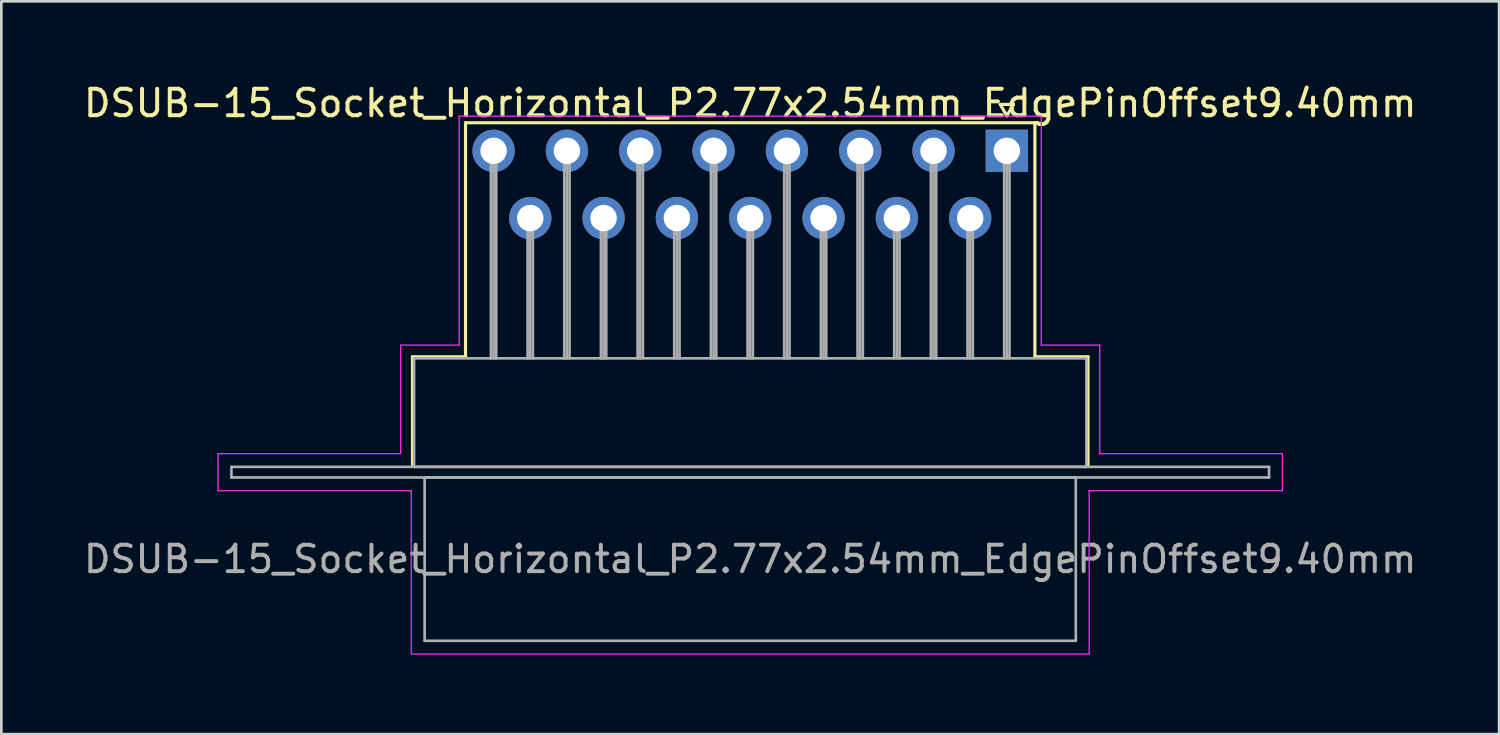
<source format=kicad_pcb>
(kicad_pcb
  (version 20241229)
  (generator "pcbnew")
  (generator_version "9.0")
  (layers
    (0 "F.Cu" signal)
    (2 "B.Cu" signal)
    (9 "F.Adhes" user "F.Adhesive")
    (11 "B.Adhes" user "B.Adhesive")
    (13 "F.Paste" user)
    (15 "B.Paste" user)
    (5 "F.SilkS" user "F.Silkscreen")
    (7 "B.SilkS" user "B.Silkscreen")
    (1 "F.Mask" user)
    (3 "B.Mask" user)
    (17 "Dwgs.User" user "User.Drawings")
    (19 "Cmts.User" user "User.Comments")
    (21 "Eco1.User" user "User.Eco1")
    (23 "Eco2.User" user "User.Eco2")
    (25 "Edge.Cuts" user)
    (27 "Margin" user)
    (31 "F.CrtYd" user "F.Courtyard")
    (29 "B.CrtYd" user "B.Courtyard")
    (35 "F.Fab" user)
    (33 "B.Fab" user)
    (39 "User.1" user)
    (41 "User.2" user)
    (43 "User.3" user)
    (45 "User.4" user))
  (footprint "DSUB-15_Socket_Horizontal_P2.77x2.54mm_EdgePinOffset9.40mm"
    (layer "F.Cu")
    (at 34.987 2.648)
    (property "Reference" "DSUB-15_Socket_Horizontal_P2.77x2.54mm_EdgePinOffset9.40mm" (at -9.695 -1.8 0) (layer "F.SilkS") (effects (font (size 1 1) (thickness 0.15))))
    (attr through_hole)
    (fp_line (start -22.455 7.78) (end -20.45 7.78) (stroke (width 0.12) (type solid)) (layer "F.SilkS"))
    (fp_line (start -22.455 11.88) (end -22.455 7.78) (stroke (width 0.12) (type solid)) (layer "F.SilkS"))
    (fp_line (start -20.45 -1.06) (end 1.06 -1.06) (stroke (width 0.12) (type solid)) (layer "F.SilkS"))
    (fp_line (start -20.45 7.78) (end -20.45 -1.06) (stroke (width 0.12) (type solid)) (layer "F.SilkS"))
    (fp_line (start -0.25 -1.754) (end 0.25 -1.754) (stroke (width 0.12) (type solid)) (layer "F.SilkS"))
    (fp_line (start 0 -1.321) (end -0.25 -1.754) (stroke (width 0.12) (type solid)) (layer "F.SilkS"))
    (fp_line (start 0.25 -1.754) (end 0 -1.321) (stroke (width 0.12) (type solid)) (layer "F.SilkS"))
    (fp_line (start 1.06 -1.06) (end 1.06 7.78) (stroke (width 0.12) (type solid)) (layer "F.SilkS"))
    (fp_line (start 1.06 7.78) (end 3.065 7.78) (stroke (width 0.12) (type solid)) (layer "F.SilkS"))
    (fp_line (start 3.065 7.78) (end 3.065 11.88) (stroke (width 0.12) (type solid)) (layer "F.SilkS"))
    (fp_line (start -29.8 11.44) (end -22.9 11.44) (stroke (width 0.05) (type solid)) (layer "F.CrtYd"))
    (fp_line (start -29.8 12.84) (end -29.8 11.44) (stroke (width 0.05) (type solid)) (layer "F.CrtYd"))
    (fp_line (start -22.9 7.34) (end -20.69 7.34) (stroke (width 0.05) (type solid)) (layer "F.CrtYd"))
    (fp_line (start -22.9 11.44) (end -22.9 7.34) (stroke (width 0.05) (type solid)) (layer "F.CrtYd"))
    (fp_line (start -22.5 12.84) (end -29.8 12.84) (stroke (width 0.05) (type solid)) (layer "F.CrtYd"))
    (fp_line (start -22.5 19.01) (end -22.5 12.84) (stroke (width 0.05) (type solid)) (layer "F.CrtYd"))
    (fp_line (start -20.69 -1.31) (end 1.3 -1.31) (stroke (width 0.05) (type solid)) (layer "F.CrtYd"))
    (fp_line (start -20.69 7.34) (end -20.69 -1.31) (stroke (width 0.05) (type solid)) (layer "F.CrtYd"))
    (fp_line (start 1.3 -1.31) (end 1.3 7.34) (stroke (width 0.05) (type solid)) (layer "F.CrtYd"))
    (fp_line (start 1.3 7.34) (end 3.51 7.34) (stroke (width 0.05) (type solid)) (layer "F.CrtYd"))
    (fp_line (start 3.11 12.84) (end 3.11 19.01) (stroke (width 0.05) (type solid)) (layer "F.CrtYd"))
    (fp_line (start 3.11 19.01) (end -22.5 19.01) (stroke (width 0.05) (type solid)) (layer "F.CrtYd"))
    (fp_line (start 3.51 7.34) (end 3.51 11.44) (stroke (width 0.05) (type solid)) (layer "F.CrtYd"))
    (fp_line (start 3.51 11.44) (end 10.41 11.44) (stroke (width 0.05) (type solid)) (layer "F.CrtYd"))
    (fp_line (start 10.41 11.44) (end 10.41 12.84) (stroke (width 0.05) (type solid)) (layer "F.CrtYd"))
    (fp_line (start 10.41 12.84) (end 3.11 12.84) (stroke (width 0.05) (type solid)) (layer "F.CrtYd"))
    (fp_line (start -29.295 11.94) (end -29.295 12.34) (stroke (width 0.1) (type solid)) (layer "F.Fab"))
    (fp_line (start -29.295 12.34) (end 9.905 12.34) (stroke (width 0.1) (type solid)) (layer "F.Fab"))
    (fp_line (start -22.395 7.84) (end -22.395 11.94) (stroke (width 0.1) (type solid)) (layer "F.Fab"))
    (fp_line (start -22.395 11.94) (end 3.005 11.94) (stroke (width 0.1) (type solid)) (layer "F.Fab"))
    (fp_line (start -21.995 12.34) (end -21.995 18.51) (stroke (width 0.1) (type solid)) (layer "F.Fab"))
    (fp_line (start -21.995 18.51) (end 2.605 18.51) (stroke (width 0.1) (type solid)) (layer "F.Fab"))
    (fp_line (start -19.49 0) (end -19.49 7.84) (stroke (width 0.1) (type solid)) (layer "F.Fab"))
    (fp_line (start -19.39 0) (end -19.39 7.84) (stroke (width 0.1) (type solid)) (layer "F.Fab"))
    (fp_line (start -19.29 0) (end -19.29 7.84) (stroke (width 0.1) (type solid)) (layer "F.Fab"))
    (fp_line (start -18.105 2.54) (end -18.105 7.84) (stroke (width 0.1) (type solid)) (layer "F.Fab"))
    (fp_line (start -18.005 2.54) (end -18.005 7.84) (stroke (width 0.1) (type solid)) (layer "F.Fab"))
    (fp_line (start -17.905 2.54) (end -17.905 7.84) (stroke (width 0.1) (type solid)) (layer "F.Fab"))
    (fp_line (start -16.72 0) (end -16.72 7.84) (stroke (width 0.1) (type solid)) (layer "F.Fab"))
    (fp_line (start -16.62 0) (end -16.62 7.84) (stroke (width 0.1) (type solid)) (layer "F.Fab"))
    (fp_line (start -16.52 0) (end -16.52 7.84) (stroke (width 0.1) (type solid)) (layer "F.Fab"))
    (fp_line (start -15.335 2.54) (end -15.335 7.84) (stroke (width 0.1) (type solid)) (layer "F.Fab"))
    (fp_line (start -15.235 2.54) (end -15.235 7.84) (stroke (width 0.1) (type solid)) (layer "F.Fab"))
    (fp_line (start -15.135 2.54) (end -15.135 7.84) (stroke (width 0.1) (type solid)) (layer "F.Fab"))
    (fp_line (start -13.95 0) (end -13.95 7.84) (stroke (width 0.1) (type solid)) (layer "F.Fab"))
    (fp_line (start -13.85 0) (end -13.85 7.84) (stroke (width 0.1) (type solid)) (layer "F.Fab"))
    (fp_line (start -13.75 0) (end -13.75 7.84) (stroke (width 0.1) (type solid)) (layer "F.Fab"))
    (fp_line (start -12.565 2.54) (end -12.565 7.84) (stroke (width 0.1) (type solid)) (layer "F.Fab"))
    (fp_line (start -12.465 2.54) (end -12.465 7.84) (stroke (width 0.1) (type solid)) (layer "F.Fab"))
    (fp_line (start -12.365 2.54) (end -12.365 7.84) (stroke (width 0.1) (type solid)) (layer "F.Fab"))
    (fp_line (start -11.18 0) (end -11.18 7.84) (stroke (width 0.1) (type solid)) (layer "F.Fab"))
    (fp_line (start -11.08 0) (end -11.08 7.84) (stroke (width 0.1) (type solid)) (layer "F.Fab"))
    (fp_line (start -10.98 0) (end -10.98 7.84) (stroke (width 0.1) (type solid)) (layer "F.Fab"))
    (fp_line (start -9.795 2.54) (end -9.795 7.84) (stroke (width 0.1) (type solid)) (layer "F.Fab"))
    (fp_line (start -9.695 2.54) (end -9.695 7.84) (stroke (width 0.1) (type solid)) (layer "F.Fab"))
    (fp_line (start -9.595 2.54) (end -9.595 7.84) (stroke (width 0.1) (type solid)) (layer "F.Fab"))
    (fp_line (start -8.41 0) (end -8.41 7.84) (stroke (width 0.1) (type solid)) (layer "F.Fab"))
    (fp_line (start -8.31 0) (end -8.31 7.84) (stroke (width 0.1) (type solid)) (layer "F.Fab"))
    (fp_line (start -8.21 0) (end -8.21 7.84) (stroke (width 0.1) (type solid)) (layer "F.Fab"))
    (fp_line (start -7.025 2.54) (end -7.025 7.84) (stroke (width 0.1) (type solid)) (layer "F.Fab"))
    (fp_line (start -6.925 2.54) (end -6.925 7.84) (stroke (width 0.1) (type solid)) (layer "F.Fab"))
    (fp_line (start -6.825 2.54) (end -6.825 7.84) (stroke (width 0.1) (type solid)) (layer "F.Fab"))
    (fp_line (start -5.64 0) (end -5.64 7.84) (stroke (width 0.1) (type solid)) (layer "F.Fab"))
    (fp_line (start -5.54 0) (end -5.54 7.84) (stroke (width 0.1) (type solid)) (layer "F.Fab"))
    (fp_line (start -5.44 0) (end -5.44 7.84) (stroke (width 0.1) (type solid)) (layer "F.Fab"))
    (fp_line (start -4.255 2.54) (end -4.255 7.84) (stroke (width 0.1) (type solid)) (layer "F.Fab"))
    (fp_line (start -4.155 2.54) (end -4.155 7.84) (stroke (width 0.1) (type solid)) (layer "F.Fab"))
    (fp_line (start -4.055 2.54) (end -4.055 7.84) (stroke (width 0.1) (type solid)) (layer "F.Fab"))
    (fp_line (start -2.87 0) (end -2.87 7.84) (stroke (width 0.1) (type solid)) (layer "F.Fab"))
    (fp_line (start -2.77 0) (end -2.77 7.84) (stroke (width 0.1) (type solid)) (layer "F.Fab"))
    (fp_line (start -2.67 0) (end -2.67 7.84) (stroke (width 0.1) (type solid)) (layer "F.Fab"))
    (fp_line (start -1.485 2.54) (end -1.485 7.84) (stroke (width 0.1) (type solid)) (layer "F.Fab"))
    (fp_line (start -1.385 2.54) (end -1.385 7.84) (stroke (width 0.1) (type solid)) (layer "F.Fab"))
    (fp_line (start -1.285 2.54) (end -1.285 7.84) (stroke (width 0.1) (type solid)) (layer "F.Fab"))
    (fp_line (start -0.1 0) (end -0.1 7.84) (stroke (width 0.1) (type solid)) (layer "F.Fab"))
    (fp_line (start 0 0) (end 0 7.84) (stroke (width 0.1) (type solid)) (layer "F.Fab"))
    (fp_line (start 0.1 0) (end 0.1 7.84) (stroke (width 0.1) (type solid)) (layer "F.Fab"))
    (fp_line (start 2.605 12.34) (end -21.995 12.34) (stroke (width 0.1) (type solid)) (layer "F.Fab"))
    (fp_line (start 2.605 18.51) (end 2.605 12.34) (stroke (width 0.1) (type solid)) (layer "F.Fab"))
    (fp_line (start 3.005 7.84) (end -22.395 7.84) (stroke (width 0.1) (type solid)) (layer "F.Fab"))
    (fp_line (start 3.005 11.94) (end 3.005 7.84) (stroke (width 0.1) (type solid)) (layer "F.Fab"))
    (fp_line (start 9.905 11.94) (end -29.295 11.94) (stroke (width 0.1) (type solid)) (layer "F.Fab"))
    (fp_line (start 9.905 12.34) (end 9.905 11.94) (stroke (width 0.1) (type solid)) (layer "F.Fab"))
    (fp_text user "${REFERENCE}" (at -9.695 15.425 0) (layer "F.Fab") (effects (font (size 1 1) (thickness 0.15))))
    (pad "1" thru_hole rect (at 0 0) (size 1.6 1.6) (drill 1) (layers "*.Cu" "*.Mask"))
    (pad "2" thru_hole circle (at -2.77 0) (size 1.6 1.6) (drill 1) (layers "*.Cu" "*.Mask"))
    (pad "3" thru_hole circle (at -5.54 0) (size 1.6 1.6) (drill 1) (layers "*.Cu" "*.Mask"))
    (pad "4" thru_hole circle (at -8.31 0) (size 1.6 1.6) (drill 1) (layers "*.Cu" "*.Mask"))
    (pad "5" thru_hole circle (at -11.08 0) (size 1.6 1.6) (drill 1) (layers "*.Cu" "*.Mask"))
    (pad "6" thru_hole circle (at -13.85 0) (size 1.6 1.6) (drill 1) (layers "*.Cu" "*.Mask"))
    (pad "7" thru_hole circle (at -16.62 0) (size 1.6 1.6) (drill 1) (layers "*.Cu" "*.Mask"))
    (pad "8" thru_hole circle (at -19.39 0) (size 1.6 1.6) (drill 1) (layers "*.Cu" "*.Mask"))
    (pad "9" thru_hole circle (at -1.385 2.54) (size 1.6 1.6) (drill 1) (layers "*.Cu" "*.Mask"))
    (pad "10" thru_hole circle (at -4.155 2.54) (size 1.6 1.6) (drill 1) (layers "*.Cu" "*.Mask"))
    (pad "11" thru_hole circle (at -6.925 2.54) (size 1.6 1.6) (drill 1) (layers "*.Cu" "*.Mask"))
    (pad "12" thru_hole circle (at -9.695 2.54) (size 1.6 1.6) (drill 1) (layers "*.Cu" "*.Mask"))
    (pad "13" thru_hole circle (at -12.465 2.54) (size 1.6 1.6) (drill 1) (layers "*.Cu" "*.Mask"))
    (pad "14" thru_hole circle (at -15.235 2.54) (size 1.6 1.6) (drill 1) (layers "*.Cu" "*.Mask"))
    (pad "15" thru_hole circle (at -18.005 2.54) (size 1.6 1.6) (drill 1) (layers "*.Cu" "*.Mask")))
  (gr_rect
    (start -3 -3)
    (end 53.583 24.683)
    (stroke (width 0.1) (type default))
    (fill no)
    (layer "Edge.Cuts")))
</source>
